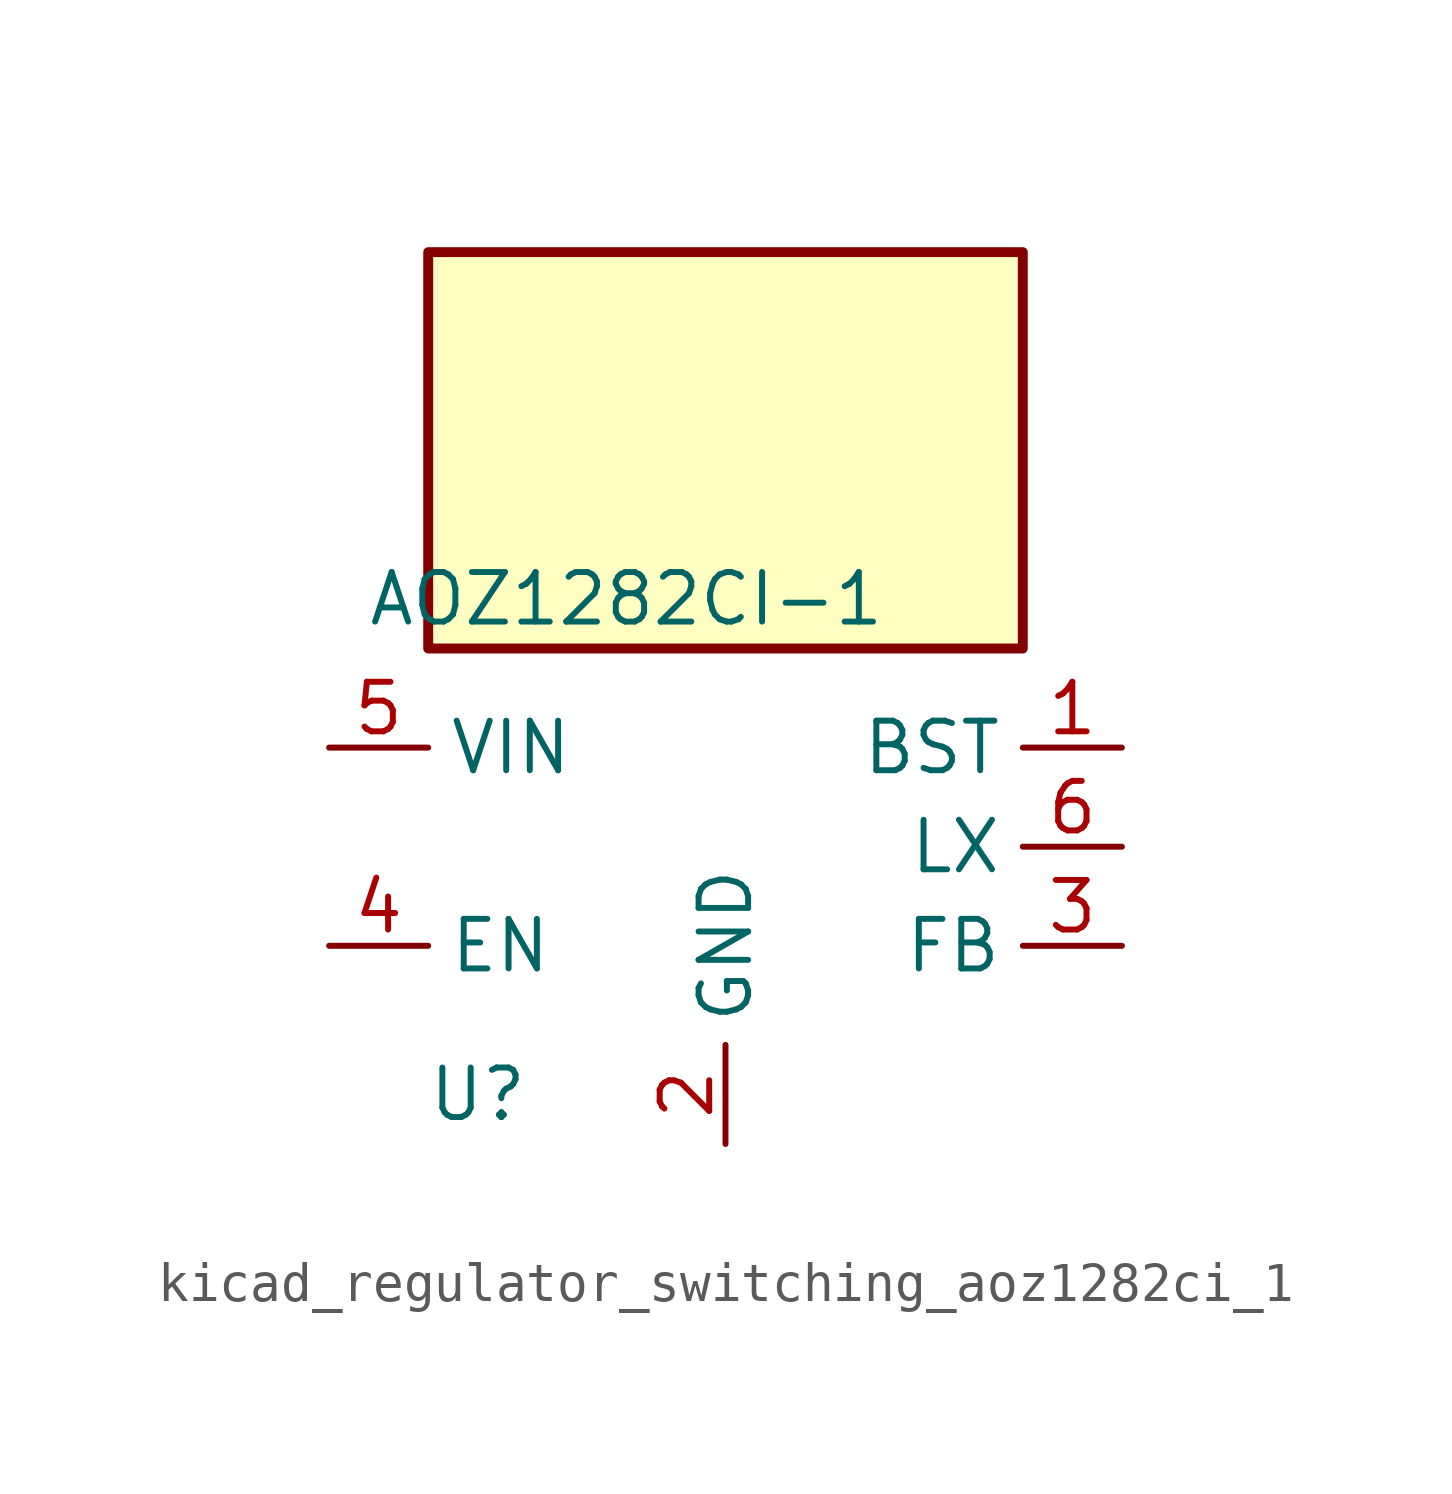
<source format=kicad_sym>
(kicad_symbol_lib
  (version 20220914)
  (generator kicad_symbol_editor)
  (symbol "kicad_regulator_switching_aoz1282ci_1"
    (property "Reference" "U"
      (at -6.35 -6.35 0)
      (effects (font (size 1.27 1.27))))
    (property "Value" "AOZ1282CI-1"
      (at -2.54 6.35 0)
      (effects (font (size 1.27 1.27))))
    (symbol "kicad_regulator_switching_aoz1282ci_1_0_1"
      (rectangle (start 7.62 15.24) (end -7.62 5.08) (stroke (width 0.254) (type default)) (fill (type background))))
    (symbol "kicad_regulator_switching_aoz1282ci_1_1_1"
      (pin input line (at 10.16 2.54 180) (length 2.54) (name "BST" (effects (font (size 1.27 1.27)))) (number "1" (effects (font (size 1.27 1.27)))))
      (pin power_in line (at 0 -7.62 90) (length 2.54) (name "GND" (effects (font (size 1.27 1.27)))) (number "2" (effects (font (size 1.27 1.27)))))
      (pin input line (at 10.16 -2.54 180) (length 2.54) (name "FB" (effects (font (size 1.27 1.27)))) (number "3" (effects (font (size 1.27 1.27)))))
      (pin input line (at -10.16 -2.54 0) (length 2.54) (name "EN" (effects (font (size 1.27 1.27)))) (number "4" (effects (font (size 1.27 1.27)))))
      (pin power_in line (at -10.16 2.54 0) (length 2.54) (name "VIN" (effects (font (size 1.27 1.27)))) (number "5" (effects (font (size 1.27 1.27)))))
      (pin power_out line (at 10.16 0 180) (length 2.54) (name "LX" (effects (font (size 1.27 1.27)))) (number "6" (effects (font (size 1.27 1.27))))))))
</source>
